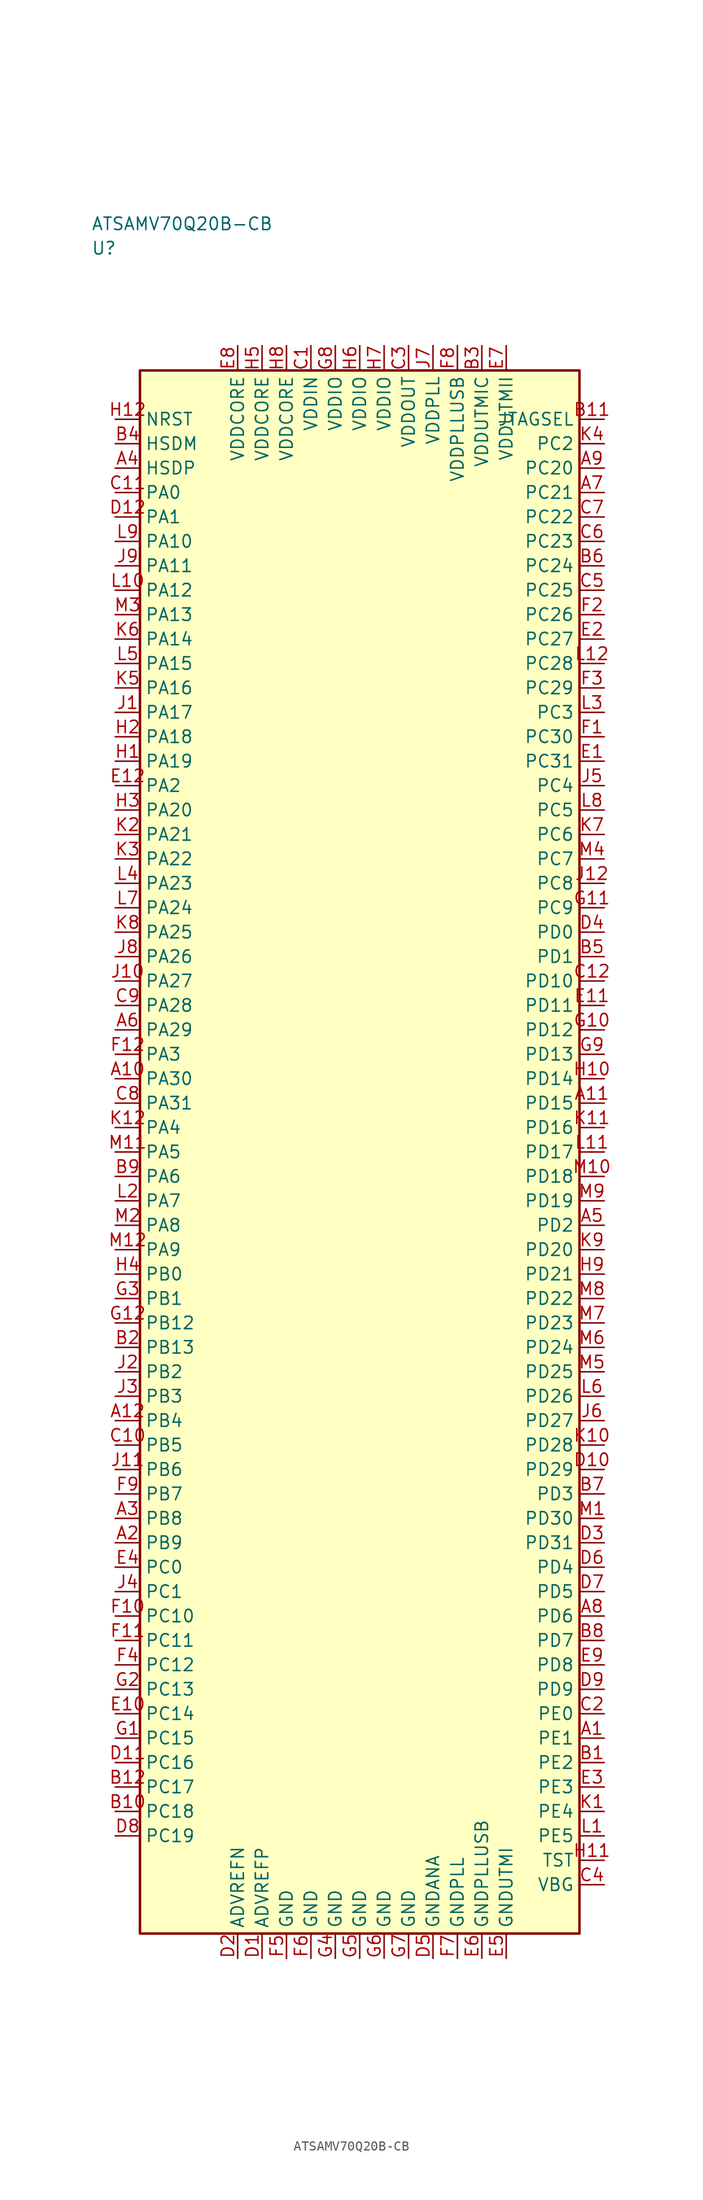
<source format=kicad_sym>
(kicad_symbol_lib
  (version 20241025)
  (generator "kicad_symbol_editor")
  (generator_version "8.0")
  (symbol "ATSAMV70Q20B-CB"
    (property "Reference" "U"
      (at -27.5 92.5 0)
      (effects (font (size 1.27 1.27)) (justify left)))
    (property "Value" "ATSAMV70Q20B-CB"
      (at -27.5 95.0 0)
      (effects (font (size 1.27 1.27)) (justify left)))
    (symbol "ATSAMV70Q20B-CB_0_1"
      (rectangle (start -22.5 80.0) (end 22.5 -80.0) (stroke (width 0.254) (type default)) (fill (type background))))
    (symbol "ATSAMV70Q20B-CB_1_1"
      (pin bidirectional line (at 25.04 -60.0 180.0) (length 2.54) (name "PE1" (effects (font (size 1.27 1.27)))) (number "A1" (effects (font (size 1.27 1.27)))))
      (pin bidirectional line (at -25.04 -40.0 0.0) (length 2.54) (name "PB9" (effects (font (size 1.27 1.27)))) (number "A2" (effects (font (size 1.27 1.27)))))
      (pin bidirectional line (at -25.04 -37.5 0.0) (length 2.54) (name "PB8" (effects (font (size 1.27 1.27)))) (number "A3" (effects (font (size 1.27 1.27)))))
      (pin bidirectional line (at -25.04 70.0 0.0) (length 2.54) (name "HSDP" (effects (font (size 1.27 1.27)))) (number "A4" (effects (font (size 1.27 1.27)))))
      (pin bidirectional line (at 25.04 -7.5 180.0) (length 2.54) (name "PD2" (effects (font (size 1.27 1.27)))) (number "A5" (effects (font (size 1.27 1.27)))))
      (pin bidirectional line (at -25.04 12.5 0.0) (length 2.54) (name "PA29" (effects (font (size 1.27 1.27)))) (number "A6" (effects (font (size 1.27 1.27)))))
      (pin bidirectional line (at 25.04 67.5 180.0) (length 2.54) (name "PC21" (effects (font (size 1.27 1.27)))) (number "A7" (effects (font (size 1.27 1.27)))))
      (pin bidirectional line (at 25.04 -47.5 180.0) (length 2.54) (name "PD6" (effects (font (size 1.27 1.27)))) (number "A8" (effects (font (size 1.27 1.27)))))
      (pin bidirectional line (at 25.04 70.0 180.0) (length 2.54) (name "PC20" (effects (font (size 1.27 1.27)))) (number "A9" (effects (font (size 1.27 1.27)))))
      (pin bidirectional line (at -25.04 7.5 0.0) (length 2.54) (name "PA30" (effects (font (size 1.27 1.27)))) (number "A10" (effects (font (size 1.27 1.27)))))
      (pin bidirectional line (at 25.04 5.0 180.0) (length 2.54) (name "PD15" (effects (font (size 1.27 1.27)))) (number "A11" (effects (font (size 1.27 1.27)))))
      (pin bidirectional line (at -25.04 -27.5 0.0) (length 2.54) (name "PB4" (effects (font (size 1.27 1.27)))) (number "A12" (effects (font (size 1.27 1.27)))))
      (pin bidirectional line (at 25.04 -62.5 180.0) (length 2.54) (name "PE2" (effects (font (size 1.27 1.27)))) (number "B1" (effects (font (size 1.27 1.27)))))
      (pin bidirectional line (at -25.04 -20.0 0.0) (length 2.54) (name "PB13" (effects (font (size 1.27 1.27)))) (number "B2" (effects (font (size 1.27 1.27)))))
      (pin power_in line (at 12.5 82.54 270.0) (length 2.54) (name "VDDUTMIC" (effects (font (size 1.27 1.27)))) (number "B3" (effects (font (size 1.27 1.27)))))
      (pin bidirectional line (at -25.04 72.5 0.0) (length 2.54) (name "HSDM" (effects (font (size 1.27 1.27)))) (number "B4" (effects (font (size 1.27 1.27)))))
      (pin bidirectional line (at 25.04 20.0 180.0) (length 2.54) (name "PD1" (effects (font (size 1.27 1.27)))) (number "B5" (effects (font (size 1.27 1.27)))))
      (pin bidirectional line (at 25.04 60.0 180.0) (length 2.54) (name "PC24" (effects (font (size 1.27 1.27)))) (number "B6" (effects (font (size 1.27 1.27)))))
      (pin bidirectional line (at 25.04 -35.0 180.0) (length 2.54) (name "PD3" (effects (font (size 1.27 1.27)))) (number "B7" (effects (font (size 1.27 1.27)))))
      (pin bidirectional line (at 25.04 -50.0 180.0) (length 2.54) (name "PD7" (effects (font (size 1.27 1.27)))) (number "B8" (effects (font (size 1.27 1.27)))))
      (pin bidirectional line (at -25.04 -2.5 0.0) (length 2.54) (name "PA6" (effects (font (size 1.27 1.27)))) (number "B9" (effects (font (size 1.27 1.27)))))
      (pin bidirectional line (at -25.04 -67.5 0.0) (length 2.54) (name "PC18" (effects (font (size 1.27 1.27)))) (number "B10" (effects (font (size 1.27 1.27)))))
      (pin output line (at 25.04 75.0 180.0) (length 2.54) (name "JTAGSEL" (effects (font (size 1.27 1.27)))) (number "B11" (effects (font (size 1.27 1.27)))))
      (pin bidirectional line (at -25.04 -65.0 0.0) (length 2.54) (name "PC17" (effects (font (size 1.27 1.27)))) (number "B12" (effects (font (size 1.27 1.27)))))
      (pin power_in line (at -5.0 82.54 270.0) (length 2.54) (name "VDDIN" (effects (font (size 1.27 1.27)))) (number "C1" (effects (font (size 1.27 1.27)))))
      (pin bidirectional line (at 25.04 -57.5 180.0) (length 2.54) (name "PE0" (effects (font (size 1.27 1.27)))) (number "C2" (effects (font (size 1.27 1.27)))))
      (pin power_in line (at 5.0 82.54 270.0) (length 2.54) (name "VDDOUT" (effects (font (size 1.27 1.27)))) (number "C3" (effects (font (size 1.27 1.27)))))
      (pin bidirectional line (at 25.04 -75.0 180.0) (length 2.54) (name "VBG" (effects (font (size 1.27 1.27)))) (number "C4" (effects (font (size 1.27 1.27)))))
      (pin bidirectional line (at 25.04 57.5 180.0) (length 2.54) (name "PC25" (effects (font (size 1.27 1.27)))) (number "C5" (effects (font (size 1.27 1.27)))))
      (pin bidirectional line (at 25.04 62.5 180.0) (length 2.54) (name "PC23" (effects (font (size 1.27 1.27)))) (number "C6" (effects (font (size 1.27 1.27)))))
      (pin bidirectional line (at 25.04 65.0 180.0) (length 2.54) (name "PC22" (effects (font (size 1.27 1.27)))) (number "C7" (effects (font (size 1.27 1.27)))))
      (pin bidirectional line (at -25.04 5.0 0.0) (length 2.54) (name "PA31" (effects (font (size 1.27 1.27)))) (number "C8" (effects (font (size 1.27 1.27)))))
      (pin bidirectional line (at -25.04 15.0 0.0) (length 2.54) (name "PA28" (effects (font (size 1.27 1.27)))) (number "C9" (effects (font (size 1.27 1.27)))))
      (pin bidirectional line (at -25.04 -30.0 0.0) (length 2.54) (name "PB5" (effects (font (size 1.27 1.27)))) (number "C10" (effects (font (size 1.27 1.27)))))
      (pin bidirectional line (at -25.04 67.5 0.0) (length 2.54) (name "PA0" (effects (font (size 1.27 1.27)))) (number "C11" (effects (font (size 1.27 1.27)))))
      (pin bidirectional line (at 25.04 17.5 180.0) (length 2.54) (name "PD10" (effects (font (size 1.27 1.27)))) (number "C12" (effects (font (size 1.27 1.27)))))
      (pin passive line (at -10.0 -82.54 90.0) (length 2.54) (name "ADVREFP" (effects (font (size 1.27 1.27)))) (number "D1" (effects (font (size 1.27 1.27)))))
      (pin passive line (at -12.5 -82.54 90.0) (length 2.54) (name "ADVREFN" (effects (font (size 1.27 1.27)))) (number "D2" (effects (font (size 1.27 1.27)))))
      (pin bidirectional line (at 25.04 -40.0 180.0) (length 2.54) (name "PD31" (effects (font (size 1.27 1.27)))) (number "D3" (effects (font (size 1.27 1.27)))))
      (pin bidirectional line (at 25.04 22.5 180.0) (length 2.54) (name "PD0" (effects (font (size 1.27 1.27)))) (number "D4" (effects (font (size 1.27 1.27)))))
      (pin passive line (at 7.5 -82.54 90.0) (length 2.54) (name "GNDANA" (effects (font (size 1.27 1.27)))) (number "D5" (effects (font (size 1.27 1.27)))))
      (pin bidirectional line (at 25.04 -42.5 180.0) (length 2.54) (name "PD4" (effects (font (size 1.27 1.27)))) (number "D6" (effects (font (size 1.27 1.27)))))
      (pin bidirectional line (at 25.04 -45.0 180.0) (length 2.54) (name "PD5" (effects (font (size 1.27 1.27)))) (number "D7" (effects (font (size 1.27 1.27)))))
      (pin bidirectional line (at -25.04 -70.0 0.0) (length 2.54) (name "PC19" (effects (font (size 1.27 1.27)))) (number "D8" (effects (font (size 1.27 1.27)))))
      (pin bidirectional line (at 25.04 -55.0 180.0) (length 2.54) (name "PD9" (effects (font (size 1.27 1.27)))) (number "D9" (effects (font (size 1.27 1.27)))))
      (pin bidirectional line (at 25.04 -32.5 180.0) (length 2.54) (name "PD29" (effects (font (size 1.27 1.27)))) (number "D10" (effects (font (size 1.27 1.27)))))
      (pin bidirectional line (at -25.04 -62.5 0.0) (length 2.54) (name "PC16" (effects (font (size 1.27 1.27)))) (number "D11" (effects (font (size 1.27 1.27)))))
      (pin bidirectional line (at -25.04 65.0 0.0) (length 2.54) (name "PA1" (effects (font (size 1.27 1.27)))) (number "D12" (effects (font (size 1.27 1.27)))))
      (pin bidirectional line (at 25.04 40.0 180.0) (length 2.54) (name "PC31" (effects (font (size 1.27 1.27)))) (number "E1" (effects (font (size 1.27 1.27)))))
      (pin bidirectional line (at 25.04 52.5 180.0) (length 2.54) (name "PC27" (effects (font (size 1.27 1.27)))) (number "E2" (effects (font (size 1.27 1.27)))))
      (pin bidirectional line (at 25.04 -65.0 180.0) (length 2.54) (name "PE3" (effects (font (size 1.27 1.27)))) (number "E3" (effects (font (size 1.27 1.27)))))
      (pin bidirectional line (at -25.04 -42.5 0.0) (length 2.54) (name "PC0" (effects (font (size 1.27 1.27)))) (number "E4" (effects (font (size 1.27 1.27)))))
      (pin passive line (at 15.0 -82.54 90.0) (length 2.54) (name "GNDUTMI" (effects (font (size 1.27 1.27)))) (number "E5" (effects (font (size 1.27 1.27)))))
      (pin passive line (at 12.5 -82.54 90.0) (length 2.54) (name "GNDPLLUSB" (effects (font (size 1.27 1.27)))) (number "E6" (effects (font (size 1.27 1.27)))))
      (pin power_in line (at 15.0 82.54 270.0) (length 2.54) (name "VDDUTMII" (effects (font (size 1.27 1.27)))) (number "E7" (effects (font (size 1.27 1.27)))))
      (pin power_in line (at -12.5 82.54 270.0) (length 2.54) (name "VDDCORE" (effects (font (size 1.27 1.27)))) (number "E8" (effects (font (size 1.27 1.27)))))
      (pin bidirectional line (at 25.04 -52.5 180.0) (length 2.54) (name "PD8" (effects (font (size 1.27 1.27)))) (number "E9" (effects (font (size 1.27 1.27)))))
      (pin bidirectional line (at -25.04 -57.5 0.0) (length 2.54) (name "PC14" (effects (font (size 1.27 1.27)))) (number "E10" (effects (font (size 1.27 1.27)))))
      (pin bidirectional line (at 25.04 15.0 180.0) (length 2.54) (name "PD11" (effects (font (size 1.27 1.27)))) (number "E11" (effects (font (size 1.27 1.27)))))
      (pin bidirectional line (at -25.04 37.5 0.0) (length 2.54) (name "PA2" (effects (font (size 1.27 1.27)))) (number "E12" (effects (font (size 1.27 1.27)))))
      (pin bidirectional line (at 25.04 42.5 180.0) (length 2.54) (name "PC30" (effects (font (size 1.27 1.27)))) (number "F1" (effects (font (size 1.27 1.27)))))
      (pin bidirectional line (at 25.04 55.0 180.0) (length 2.54) (name "PC26" (effects (font (size 1.27 1.27)))) (number "F2" (effects (font (size 1.27 1.27)))))
      (pin bidirectional line (at 25.04 47.5 180.0) (length 2.54) (name "PC29" (effects (font (size 1.27 1.27)))) (number "F3" (effects (font (size 1.27 1.27)))))
      (pin bidirectional line (at -25.04 -52.5 0.0) (length 2.54) (name "PC12" (effects (font (size 1.27 1.27)))) (number "F4" (effects (font (size 1.27 1.27)))))
      (pin passive line (at -7.5 -82.54 90.0) (length 2.54) (name "GND" (effects (font (size 1.27 1.27)))) (number "F5" (effects (font (size 1.27 1.27)))))
      (pin passive line (at -5.0 -82.54 90.0) (length 2.54) (name "GND" (effects (font (size 1.27 1.27)))) (number "F6" (effects (font (size 1.27 1.27)))))
      (pin passive line (at 10.0 -82.54 90.0) (length 2.54) (name "GNDPLL" (effects (font (size 1.27 1.27)))) (number "F7" (effects (font (size 1.27 1.27)))))
      (pin power_in line (at 10.0 82.54 270.0) (length 2.54) (name "VDDPLLUSB" (effects (font (size 1.27 1.27)))) (number "F8" (effects (font (size 1.27 1.27)))))
      (pin bidirectional line (at -25.04 -35.0 0.0) (length 2.54) (name "PB7" (effects (font (size 1.27 1.27)))) (number "F9" (effects (font (size 1.27 1.27)))))
      (pin bidirectional line (at -25.04 -47.5 0.0) (length 2.54) (name "PC10" (effects (font (size 1.27 1.27)))) (number "F10" (effects (font (size 1.27 1.27)))))
      (pin bidirectional line (at -25.04 -50.0 0.0) (length 2.54) (name "PC11" (effects (font (size 1.27 1.27)))) (number "F11" (effects (font (size 1.27 1.27)))))
      (pin bidirectional line (at -25.04 10.0 0.0) (length 2.54) (name "PA3" (effects (font (size 1.27 1.27)))) (number "F12" (effects (font (size 1.27 1.27)))))
      (pin bidirectional line (at -25.04 -60.0 0.0) (length 2.54) (name "PC15" (effects (font (size 1.27 1.27)))) (number "G1" (effects (font (size 1.27 1.27)))))
      (pin bidirectional line (at -25.04 -55.0 0.0) (length 2.54) (name "PC13" (effects (font (size 1.27 1.27)))) (number "G2" (effects (font (size 1.27 1.27)))))
      (pin bidirectional line (at -25.04 -15.0 0.0) (length 2.54) (name "PB1" (effects (font (size 1.27 1.27)))) (number "G3" (effects (font (size 1.27 1.27)))))
      (pin passive line (at -2.5 -82.54 90.0) (length 2.54) (name "GND" (effects (font (size 1.27 1.27)))) (number "G4" (effects (font (size 1.27 1.27)))))
      (pin passive line (at 0.0 -82.54 90.0) (length 2.54) (name "GND" (effects (font (size 1.27 1.27)))) (number "G5" (effects (font (size 1.27 1.27)))))
      (pin passive line (at 2.5 -82.54 90.0) (length 2.54) (name "GND" (effects (font (size 1.27 1.27)))) (number "G6" (effects (font (size 1.27 1.27)))))
      (pin passive line (at 5.0 -82.54 90.0) (length 2.54) (name "GND" (effects (font (size 1.27 1.27)))) (number "G7" (effects (font (size 1.27 1.27)))))
      (pin power_in line (at -2.5 82.54 270.0) (length 2.54) (name "VDDIO" (effects (font (size 1.27 1.27)))) (number "G8" (effects (font (size 1.27 1.27)))))
      (pin bidirectional line (at 25.04 10.0 180.0) (length 2.54) (name "PD13" (effects (font (size 1.27 1.27)))) (number "G9" (effects (font (size 1.27 1.27)))))
      (pin bidirectional line (at 25.04 12.5 180.0) (length 2.54) (name "PD12" (effects (font (size 1.27 1.27)))) (number "G10" (effects (font (size 1.27 1.27)))))
      (pin bidirectional line (at 25.04 25.0 180.0) (length 2.54) (name "PC9" (effects (font (size 1.27 1.27)))) (number "G11" (effects (font (size 1.27 1.27)))))
      (pin bidirectional line (at -25.04 -17.5 0.0) (length 2.54) (name "PB12" (effects (font (size 1.27 1.27)))) (number "G12" (effects (font (size 1.27 1.27)))))
      (pin bidirectional line (at -25.04 40.0 0.0) (length 2.54) (name "PA19" (effects (font (size 1.27 1.27)))) (number "H1" (effects (font (size 1.27 1.27)))))
      (pin bidirectional line (at -25.04 42.5 0.0) (length 2.54) (name "PA18" (effects (font (size 1.27 1.27)))) (number "H2" (effects (font (size 1.27 1.27)))))
      (pin bidirectional line (at -25.04 35.0 0.0) (length 2.54) (name "PA20" (effects (font (size 1.27 1.27)))) (number "H3" (effects (font (size 1.27 1.27)))))
      (pin bidirectional line (at -25.04 -12.5 0.0) (length 2.54) (name "PB0" (effects (font (size 1.27 1.27)))) (number "H4" (effects (font (size 1.27 1.27)))))
      (pin power_in line (at -10.0 82.54 270.0) (length 2.54) (name "VDDCORE" (effects (font (size 1.27 1.27)))) (number "H5" (effects (font (size 1.27 1.27)))))
      (pin power_in line (at 0.0 82.54 270.0) (length 2.54) (name "VDDIO" (effects (font (size 1.27 1.27)))) (number "H6" (effects (font (size 1.27 1.27)))))
      (pin power_in line (at 2.5 82.54 270.0) (length 2.54) (name "VDDIO" (effects (font (size 1.27 1.27)))) (number "H7" (effects (font (size 1.27 1.27)))))
      (pin power_in line (at -7.5 82.54 270.0) (length 2.54) (name "VDDCORE" (effects (font (size 1.27 1.27)))) (number "H8" (effects (font (size 1.27 1.27)))))
      (pin bidirectional line (at 25.04 -12.5 180.0) (length 2.54) (name "PD21" (effects (font (size 1.27 1.27)))) (number "H9" (effects (font (size 1.27 1.27)))))
      (pin bidirectional line (at 25.04 7.5 180.0) (length 2.54) (name "PD14" (effects (font (size 1.27 1.27)))) (number "H10" (effects (font (size 1.27 1.27)))))
      (pin bidirectional line (at 25.04 -72.5 180.0) (length 2.54) (name "TST" (effects (font (size 1.27 1.27)))) (number "H11" (effects (font (size 1.27 1.27)))))
      (pin input line (at -25.04 75.0 0.0) (length 2.54) (name "NRST" (effects (font (size 1.27 1.27)))) (number "H12" (effects (font (size 1.27 1.27)))))
      (pin bidirectional line (at -25.04 45.0 0.0) (length 2.54) (name "PA17" (effects (font (size 1.27 1.27)))) (number "J1" (effects (font (size 1.27 1.27)))))
      (pin bidirectional line (at -25.04 -22.5 0.0) (length 2.54) (name "PB2" (effects (font (size 1.27 1.27)))) (number "J2" (effects (font (size 1.27 1.27)))))
      (pin bidirectional line (at -25.04 -25.0 0.0) (length 2.54) (name "PB3" (effects (font (size 1.27 1.27)))) (number "J3" (effects (font (size 1.27 1.27)))))
      (pin bidirectional line (at -25.04 -45.0 0.0) (length 2.54) (name "PC1" (effects (font (size 1.27 1.27)))) (number "J4" (effects (font (size 1.27 1.27)))))
      (pin bidirectional line (at 25.04 37.5 180.0) (length 2.54) (name "PC4" (effects (font (size 1.27 1.27)))) (number "J5" (effects (font (size 1.27 1.27)))))
      (pin bidirectional line (at 25.04 -27.5 180.0) (length 2.54) (name "PD27" (effects (font (size 1.27 1.27)))) (number "J6" (effects (font (size 1.27 1.27)))))
      (pin power_in line (at 7.5 82.54 270.0) (length 2.54) (name "VDDPLL" (effects (font (size 1.27 1.27)))) (number "J7" (effects (font (size 1.27 1.27)))))
      (pin bidirectional line (at -25.04 20.0 0.0) (length 2.54) (name "PA26" (effects (font (size 1.27 1.27)))) (number "J8" (effects (font (size 1.27 1.27)))))
      (pin bidirectional line (at -25.04 60.0 0.0) (length 2.54) (name "PA11" (effects (font (size 1.27 1.27)))) (number "J9" (effects (font (size 1.27 1.27)))))
      (pin bidirectional line (at -25.04 17.5 0.0) (length 2.54) (name "PA27" (effects (font (size 1.27 1.27)))) (number "J10" (effects (font (size 1.27 1.27)))))
      (pin bidirectional line (at -25.04 -32.5 0.0) (length 2.54) (name "PB6" (effects (font (size 1.27 1.27)))) (number "J11" (effects (font (size 1.27 1.27)))))
      (pin bidirectional line (at 25.04 27.5 180.0) (length 2.54) (name "PC8" (effects (font (size 1.27 1.27)))) (number "J12" (effects (font (size 1.27 1.27)))))
      (pin bidirectional line (at 25.04 -67.5 180.0) (length 2.54) (name "PE4" (effects (font (size 1.27 1.27)))) (number "K1" (effects (font (size 1.27 1.27)))))
      (pin bidirectional line (at -25.04 32.5 0.0) (length 2.54) (name "PA21" (effects (font (size 1.27 1.27)))) (number "K2" (effects (font (size 1.27 1.27)))))
      (pin bidirectional line (at -25.04 30.0 0.0) (length 2.54) (name "PA22" (effects (font (size 1.27 1.27)))) (number "K3" (effects (font (size 1.27 1.27)))))
      (pin bidirectional line (at 25.04 72.5 180.0) (length 2.54) (name "PC2" (effects (font (size 1.27 1.27)))) (number "K4" (effects (font (size 1.27 1.27)))))
      (pin bidirectional line (at -25.04 47.5 0.0) (length 2.54) (name "PA16" (effects (font (size 1.27 1.27)))) (number "K5" (effects (font (size 1.27 1.27)))))
      (pin bidirectional line (at -25.04 52.5 0.0) (length 2.54) (name "PA14" (effects (font (size 1.27 1.27)))) (number "K6" (effects (font (size 1.27 1.27)))))
      (pin bidirectional line (at 25.04 32.5 180.0) (length 2.54) (name "PC6" (effects (font (size 1.27 1.27)))) (number "K7" (effects (font (size 1.27 1.27)))))
      (pin bidirectional line (at -25.04 22.5 0.0) (length 2.54) (name "PA25" (effects (font (size 1.27 1.27)))) (number "K8" (effects (font (size 1.27 1.27)))))
      (pin bidirectional line (at 25.04 -10.0 180.0) (length 2.54) (name "PD20" (effects (font (size 1.27 1.27)))) (number "K9" (effects (font (size 1.27 1.27)))))
      (pin bidirectional line (at 25.04 -30.0 180.0) (length 2.54) (name "PD28" (effects (font (size 1.27 1.27)))) (number "K10" (effects (font (size 1.27 1.27)))))
      (pin bidirectional line (at 25.04 2.5 180.0) (length 2.54) (name "PD16" (effects (font (size 1.27 1.27)))) (number "K11" (effects (font (size 1.27 1.27)))))
      (pin bidirectional line (at -25.04 2.5 0.0) (length 2.54) (name "PA4" (effects (font (size 1.27 1.27)))) (number "K12" (effects (font (size 1.27 1.27)))))
      (pin bidirectional line (at 25.04 -70.0 180.0) (length 2.54) (name "PE5" (effects (font (size 1.27 1.27)))) (number "L1" (effects (font (size 1.27 1.27)))))
      (pin bidirectional line (at -25.04 -5.0 0.0) (length 2.54) (name "PA7" (effects (font (size 1.27 1.27)))) (number "L2" (effects (font (size 1.27 1.27)))))
      (pin bidirectional line (at 25.04 45.0 180.0) (length 2.54) (name "PC3" (effects (font (size 1.27 1.27)))) (number "L3" (effects (font (size 1.27 1.27)))))
      (pin bidirectional line (at -25.04 27.5 0.0) (length 2.54) (name "PA23" (effects (font (size 1.27 1.27)))) (number "L4" (effects (font (size 1.27 1.27)))))
      (pin bidirectional line (at -25.04 50.0 0.0) (length 2.54) (name "PA15" (effects (font (size 1.27 1.27)))) (number "L5" (effects (font (size 1.27 1.27)))))
      (pin bidirectional line (at 25.04 -25.0 180.0) (length 2.54) (name "PD26" (effects (font (size 1.27 1.27)))) (number "L6" (effects (font (size 1.27 1.27)))))
      (pin bidirectional line (at -25.04 25.0 0.0) (length 2.54) (name "PA24" (effects (font (size 1.27 1.27)))) (number "L7" (effects (font (size 1.27 1.27)))))
      (pin bidirectional line (at 25.04 35.0 180.0) (length 2.54) (name "PC5" (effects (font (size 1.27 1.27)))) (number "L8" (effects (font (size 1.27 1.27)))))
      (pin bidirectional line (at -25.04 62.5 0.0) (length 2.54) (name "PA10" (effects (font (size 1.27 1.27)))) (number "L9" (effects (font (size 1.27 1.27)))))
      (pin bidirectional line (at -25.04 57.5 0.0) (length 2.54) (name "PA12" (effects (font (size 1.27 1.27)))) (number "L10" (effects (font (size 1.27 1.27)))))
      (pin bidirectional line (at 25.04 0.0 180.0) (length 2.54) (name "PD17" (effects (font (size 1.27 1.27)))) (number "L11" (effects (font (size 1.27 1.27)))))
      (pin bidirectional line (at 25.04 50.0 180.0) (length 2.54) (name "PC28" (effects (font (size 1.27 1.27)))) (number "L12" (effects (font (size 1.27 1.27)))))
      (pin bidirectional line (at 25.04 -37.5 180.0) (length 2.54) (name "PD30" (effects (font (size 1.27 1.27)))) (number "M1" (effects (font (size 1.27 1.27)))))
      (pin bidirectional line (at -25.04 -7.5 0.0) (length 2.54) (name "PA8" (effects (font (size 1.27 1.27)))) (number "M2" (effects (font (size 1.27 1.27)))))
      (pin bidirectional line (at -25.04 55.0 0.0) (length 2.54) (name "PA13" (effects (font (size 1.27 1.27)))) (number "M3" (effects (font (size 1.27 1.27)))))
      (pin bidirectional line (at 25.04 30.0 180.0) (length 2.54) (name "PC7" (effects (font (size 1.27 1.27)))) (number "M4" (effects (font (size 1.27 1.27)))))
      (pin bidirectional line (at 25.04 -22.5 180.0) (length 2.54) (name "PD25" (effects (font (size 1.27 1.27)))) (number "M5" (effects (font (size 1.27 1.27)))))
      (pin bidirectional line (at 25.04 -20.0 180.0) (length 2.54) (name "PD24" (effects (font (size 1.27 1.27)))) (number "M6" (effects (font (size 1.27 1.27)))))
      (pin bidirectional line (at 25.04 -17.5 180.0) (length 2.54) (name "PD23" (effects (font (size 1.27 1.27)))) (number "M7" (effects (font (size 1.27 1.27)))))
      (pin bidirectional line (at 25.04 -15.0 180.0) (length 2.54) (name "PD22" (effects (font (size 1.27 1.27)))) (number "M8" (effects (font (size 1.27 1.27)))))
      (pin bidirectional line (at 25.04 -5.0 180.0) (length 2.54) (name "PD19" (effects (font (size 1.27 1.27)))) (number "M9" (effects (font (size 1.27 1.27)))))
      (pin bidirectional line (at 25.04 -2.5 180.0) (length 2.54) (name "PD18" (effects (font (size 1.27 1.27)))) (number "M10" (effects (font (size 1.27 1.27)))))
      (pin bidirectional line (at -25.04 0.0 0.0) (length 2.54) (name "PA5" (effects (font (size 1.27 1.27)))) (number "M11" (effects (font (size 1.27 1.27)))))
      (pin bidirectional line (at -25.04 -10.0 0.0) (length 2.54) (name "PA9" (effects (font (size 1.27 1.27)))) (number "M12" (effects (font (size 1.27 1.27))))))))
</source>
